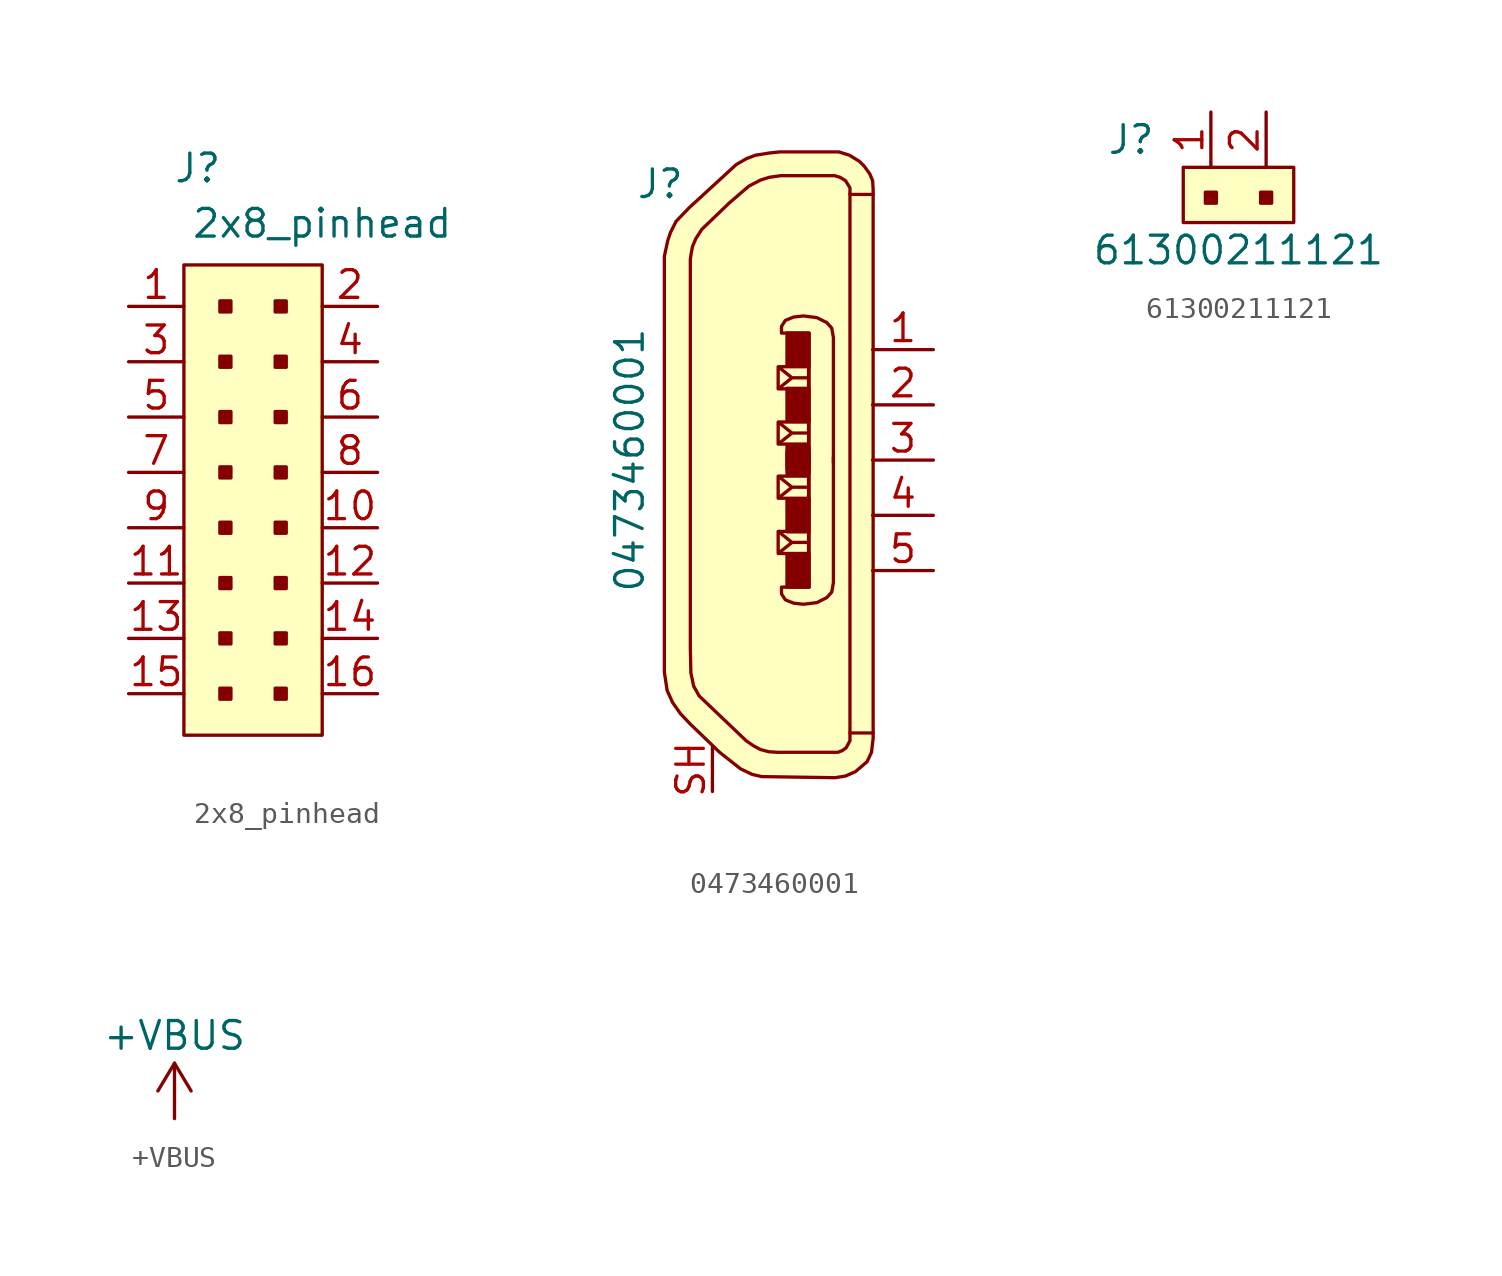
<source format=kicad_sym>
(kicad_symbol_lib
  (version 20211014)
  (generator kicad_symbol_editor)
  (symbol "2x8_pinhead"
    (pin_names
      (offset 1.016))
    (property "Reference" "J"
      (at 3.175 2.54 0)
      (effects (font (size 1.27 1.27))))
    (property "Value" "2x8_pinhead"
      (at 8.89 0 0)
      (effects (font (size 1.27 1.27))))
    (symbol "2x8_pinhead_0_1"
      (rectangle (start 2.54 -1.905) (end 8.89 -23.495) (stroke (width 0) (type default) (color 0 0 0 0)) (fill (type background))))
    (symbol "2x8_pinhead_1_1"
      (rectangle (start 4.191 -21.336) (end 4.699 -21.844) (stroke (width 0) (type default) (color 0 0 0 0)) (fill (type outline)))
      (rectangle (start 4.191 -18.796) (end 4.699 -19.304) (stroke (width 0) (type default) (color 0 0 0 0)) (fill (type outline)))
      (rectangle (start 4.191 -16.256) (end 4.699 -16.764) (stroke (width 0) (type default) (color 0 0 0 0)) (fill (type outline)))
      (rectangle (start 4.191 -13.716) (end 4.699 -14.224) (stroke (width 0) (type default) (color 0 0 0 0)) (fill (type outline)))
      (rectangle (start 4.191 -11.176) (end 4.699 -11.684) (stroke (width 0) (type default) (color 0 0 0 0)) (fill (type outline)))
      (rectangle (start 4.191 -8.636) (end 4.699 -9.144) (stroke (width 0) (type default) (color 0 0 0 0)) (fill (type outline)))
      (rectangle (start 4.191 -6.096) (end 4.699 -6.604) (stroke (width 0) (type default) (color 0 0 0 0)) (fill (type outline)))
      (rectangle (start 4.191 -3.556) (end 4.699 -4.064) (stroke (width 0) (type default) (color 0 0 0 0)) (fill (type outline)))
      (rectangle (start 6.731 -21.336) (end 7.239 -21.844) (stroke (width 0) (type default) (color 0 0 0 0)) (fill (type outline)))
      (rectangle (start 6.731 -18.796) (end 7.239 -19.304) (stroke (width 0) (type default) (color 0 0 0 0)) (fill (type outline)))
      (rectangle (start 6.731 -16.256) (end 7.239 -16.764) (stroke (width 0) (type default) (color 0 0 0 0)) (fill (type outline)))
      (rectangle (start 6.731 -13.716) (end 7.239 -14.224) (stroke (width 0) (type default) (color 0 0 0 0)) (fill (type outline)))
      (rectangle (start 6.731 -11.176) (end 7.239 -11.684) (stroke (width 0) (type default) (color 0 0 0 0)) (fill (type outline)))
      (rectangle (start 6.731 -8.636) (end 7.239 -9.144) (stroke (width 0) (type default) (color 0 0 0 0)) (fill (type outline)))
      (rectangle (start 6.731 -6.096) (end 7.239 -6.604) (stroke (width 0) (type default) (color 0 0 0 0)) (fill (type outline)))
      (rectangle (start 6.731 -3.556) (end 7.239 -4.064) (stroke (width 0) (type default) (color 0 0 0 0)) (fill (type outline)))
      (pin input line (at 0 -3.81 0) (length 2.54) (name "~" (effects (font (size 1.27 1.27)))) (number "1" (effects (font (size 1.27 1.27)))))
      (pin input line (at 11.43 -13.97 180) (length 2.54) (name "~" (effects (font (size 1.27 1.27)))) (number "10" (effects (font (size 1.27 1.27)))))
      (pin input line (at 0 -16.51 0) (length 2.54) (name "~" (effects (font (size 1.27 1.27)))) (number "11" (effects (font (size 1.27 1.27)))))
      (pin input line (at 11.43 -16.51 180) (length 2.54) (name "~" (effects (font (size 1.27 1.27)))) (number "12" (effects (font (size 1.27 1.27)))))
      (pin input line (at 0 -19.05 0) (length 2.54) (name "~" (effects (font (size 1.27 1.27)))) (number "13" (effects (font (size 1.27 1.27)))))
      (pin input line (at 11.43 -19.05 180) (length 2.54) (name "~" (effects (font (size 1.27 1.27)))) (number "14" (effects (font (size 1.27 1.27)))))
      (pin input line (at 0 -21.59 0) (length 2.54) (name "~" (effects (font (size 1.27 1.27)))) (number "15" (effects (font (size 1.27 1.27)))))
      (pin input line (at 11.43 -21.59 180) (length 2.54) (name "~" (effects (font (size 1.27 1.27)))) (number "16" (effects (font (size 1.27 1.27)))))
      (pin input line (at 11.43 -3.81 180) (length 2.54) (name "~" (effects (font (size 1.27 1.27)))) (number "2" (effects (font (size 1.27 1.27)))))
      (pin input line (at 0 -6.35 0) (length 2.54) (name "~" (effects (font (size 1.27 1.27)))) (number "3" (effects (font (size 1.27 1.27)))))
      (pin input line (at 11.43 -6.35 180) (length 2.54) (name "~" (effects (font (size 1.27 1.27)))) (number "4" (effects (font (size 1.27 1.27)))))
      (pin input line (at 0 -8.89 0) (length 2.54) (name "~" (effects (font (size 1.27 1.27)))) (number "5" (effects (font (size 1.27 1.27)))))
      (pin input line (at 11.43 -8.89 180) (length 2.54) (name "~" (effects (font (size 1.27 1.27)))) (number "6" (effects (font (size 1.27 1.27)))))
      (pin input line (at 0 -11.43 0) (length 2.54) (name "~" (effects (font (size 1.27 1.27)))) (number "7" (effects (font (size 1.27 1.27)))))
      (pin input line (at 11.43 -11.43 180) (length 2.54) (name "~" (effects (font (size 1.27 1.27)))) (number "8" (effects (font (size 1.27 1.27)))))
      (pin input line (at 0 -13.97 0) (length 2.54) (name "~" (effects (font (size 1.27 1.27)))) (number "9" (effects (font (size 1.27 1.27)))))))
  (symbol "0473460001"
    (pin_names
      (offset 1.016))
    (property "Reference" "J"
      (at -3.81 12.7 0)
      (effects (font (size 1.27 1.27)) (justify right)))
    (property "Value" "0473460001"
      (at -6.35 0 90)
      (effects (font (size 1.27 1.27))))
    (symbol "0473460001_1_1"
      (polyline (pts (xy 3.785 12.243) (xy 3.785 -12.548)) (stroke (width 0) (type default) (color 0 0 0 0)) (fill (type none)))
      (polyline (pts (xy 0.483 -4.293) (xy 0.483 -3.277) (xy 1.88 -3.277) (xy 1.88 -4.293) (xy 0.483 -4.293) (xy 1.118 -3.785) (xy 0.483 -3.277) (xy 1.88 -3.277) (xy 1.88 -3.785) (xy 1.118 -3.785)) (stroke (width 0) (type default) (color 0 0 0 0)) (fill (type none)))
      (polyline (pts (xy 0.483 -1.753) (xy 0.483 -0.737) (xy 1.88 -0.737) (xy 1.88 -1.753) (xy 0.483 -1.753) (xy 1.118 -1.245) (xy 0.483 -0.737) (xy 1.88 -0.737) (xy 1.88 -1.245) (xy 1.118 -1.245)) (stroke (width 0) (type default) (color 0 0 0 0)) (fill (type none)))
      (polyline (pts (xy 0.483 1.753) (xy 0.483 0.737) (xy 1.88 0.737) (xy 1.88 1.753) (xy 0.483 1.753) (xy 1.118 1.245) (xy 0.483 0.737) (xy 1.88 0.737) (xy 1.88 1.245) (xy 1.118 1.245)) (stroke (width 0) (type default) (color 0 0 0 0)) (fill (type none)))
      (polyline (pts (xy 0.483 4.293) (xy 0.483 3.277) (xy 1.88 3.277) (xy 1.88 4.293) (xy 0.483 4.293) (xy 1.118 3.785) (xy 0.483 3.277) (xy 1.88 3.277) (xy 1.88 3.785) (xy 1.118 3.785)) (stroke (width 0) (type default) (color 0 0 0 0)) (fill (type none)))
      (polyline (pts (xy 1.905 -0.025) (xy 1.905 5.842) (xy 0.635 5.842) (xy 0.635 6.147) (xy 0.813 6.426) (xy 1.194 6.579) (xy 1.651 6.629) (xy 2.261 6.553) (xy 2.718 6.325) (xy 2.946 6.071) (xy 3.023 5.639) (xy 3.023 4.801) (xy 3.023 -0.127)) (stroke (width 0) (type default) (color 0 0 0 0)) (fill (type none)))
      (polyline (pts (xy 1.905 0.025) (xy 1.905 -5.842) (xy 0.635 -5.842) (xy 0.635 -6.147) (xy 0.813 -6.426) (xy 1.194 -6.579) (xy 1.651 -6.629) (xy 2.261 -6.553) (xy 2.718 -6.325) (xy 2.946 -6.071) (xy 3.023 -5.639) (xy 3.023 -4.801) (xy 3.023 0.127)) (stroke (width 0) (type default) (color 0 0 0 0)) (fill (type none)))
      (polyline (pts (xy 4.851 -12.548) (xy 3.835 -12.548) (xy 3.785 -12.548) (xy 3.785 -12.903) (xy 3.607 -13.233) (xy 3.429 -13.36) (xy 3.226 -13.437) (xy 0.457 -13.437) (xy 0.051 -13.411) (xy -0.33 -13.31) (xy -0.66 -13.132) (xy -0.991 -12.903) (xy -3.15 -10.846) (xy -3.404 -10.389) (xy -3.531 -9.779) (xy -3.556 -8.636) (xy -3.556 9.22) (xy -3.531 9.423) (xy -3.454 9.83) (xy -3.302 10.185) (xy -3.023 10.617) (xy -1.753 11.836) (xy -0.864 12.598) (xy -0.33 12.878) (xy 0.076 13.005) (xy 0.61 13.081) (xy 3.073 13.081) (xy 3.327 13.005) (xy 3.581 12.852) (xy 3.785 12.522) (xy 3.785 12.217) (xy 4.851 12.217)) (stroke (width 0) (type default) (color 0 0 0 0)) (fill (type none)))
      (polyline (pts (xy 4.851 -11.481) (xy 4.851 -12.802) (xy 4.775 -13.437) (xy 4.572 -13.868) (xy 4.039 -14.326) (xy 3.581 -14.529) (xy 3.099 -14.605) (xy -0.279 -14.554) (xy -0.711 -14.453) (xy -1.245 -14.199) (xy -2.21 -13.437) (xy -3.556 -12.141) (xy -4.013 -11.659) (xy -4.369 -11.151) (xy -4.623 -10.592) (xy -4.75 -9.754) (xy -4.75 9.373) (xy -4.597 10.084) (xy -4.47 10.465) (xy -4.216 10.973) (xy -3.607 11.608) (xy -1.448 13.589) (xy -0.965 13.868) (xy -0.559 14.021) (xy 0.076 14.122) (xy 0.559 14.173) (xy 3.277 14.173) (xy 3.759 14.021) (xy 4.216 13.741) (xy 4.445 13.513) (xy 4.699 13.157) (xy 4.826 12.852) (xy 4.851 12.446) (xy 4.851 -11.506)) (stroke (width 0) (type default) (color 0 0 0 0)) (fill (type background)))
      (rectangle (start 0.889 -4.318) (end 1.905 -5.842) (stroke (width 0) (type default) (color 0 0 0 0)) (fill (type outline)))
      (rectangle (start 0.889 -3.302) (end 1.905 -1.778) (stroke (width 0) (type default) (color 0 0 0 0)) (fill (type outline)))
      (rectangle (start 0.889 -0.635) (end 1.905 0.381) (stroke (width 0) (type default) (color 0 0 0 0)) (fill (type outline)))
      (rectangle (start 0.889 0.635) (end 1.905 -0.381) (stroke (width 0) (type default) (color 0 0 0 0)) (fill (type outline)))
      (rectangle (start 0.889 3.302) (end 1.905 1.778) (stroke (width 0) (type default) (color 0 0 0 0)) (fill (type outline)))
      (rectangle (start 0.889 4.318) (end 1.905 5.842) (stroke (width 0) (type default) (color 0 0 0 0)) (fill (type outline)))
      (pin passive line (at 7.62 5.08 180) (length 2.794) (name "~" (effects (font (size 1.27 1.27)))) (number "1" (effects (font (size 1.27 1.27)))))
      (pin passive line (at 7.62 2.54 180) (length 2.794) (name "~" (effects (font (size 1.27 1.27)))) (number "2" (effects (font (size 1.27 1.27)))))
      (pin passive line (at 7.62 0 180) (length 2.794) (name "~" (effects (font (size 1.27 1.27)))) (number "3" (effects (font (size 1.27 1.27)))))
      (pin passive line (at 7.62 -2.54 180) (length 2.794) (name "~" (effects (font (size 1.27 1.27)))) (number "4" (effects (font (size 1.27 1.27)))))
      (pin passive line (at 7.62 -5.08 180) (length 2.794) (name "~" (effects (font (size 1.27 1.27)))) (number "5" (effects (font (size 1.27 1.27)))))
      (pin passive line (at -2.54 -15.24 90) (length 2.032) (name "~" (effects (font (size 1.27 1.27)))) (number "SH" (effects (font (size 1.27 1.27)))))))
  (symbol "61300211121"
    (pin_names
      (offset 1.016))
    (property "Reference" "J"
      (at -2.54 1.27 0)
      (effects (font (size 1.27 1.27)) (justify right)))
    (property "Value" "61300211121"
      (at 1.27 -3.81 0)
      (effects (font (size 1.27 1.27))))
    (symbol "61300211121_1_1"
      (rectangle (start -1.27 0) (end 3.81 -2.54) (stroke (width 0) (type default) (color 0 0 0 0)) (fill (type background)))
      (rectangle (start -0.254 -1.143) (end 0.254 -1.651) (stroke (width 0) (type default) (color 0 0 0 0)) (fill (type outline)))
      (rectangle (start 2.286 -1.143) (end 2.794 -1.651) (stroke (width 0) (type default) (color 0 0 0 0)) (fill (type outline)))
      (pin passive line (at 0 2.54 270) (length 2.54) (name "~" (effects (font (size 1.27 1.27)))) (number "1" (effects (font (size 1.27 1.27)))))
      (pin passive line (at 2.54 2.54 270) (length 2.54) (name "~" (effects (font (size 1.27 1.27)))) (number "2" (effects (font (size 1.27 1.27)))))))
  (symbol "+VBUS"
    (power)
    (pin_names
      (offset 1.016))
    (property "Reference" "#PWR"
      (at 0 0 0)
      (effects (font (size 1.27 1.27)) hide))
    (property "Value" "+VBUS"
      (at 0 2.54 0)
      (effects (font (size 1.27 1.27))))
    (symbol "+VBUS_1_1"
      (polyline (pts (xy -0.762 0) (xy 0 1.27)) (stroke (width 0) (type default) (color 0 0 0 0)) (fill (type none)))
      (polyline (pts (xy 0 -1.27) (xy 0 1.27)) (stroke (width 0) (type default) (color 0 0 0 0)) (fill (type none)))
      (polyline (pts (xy 0 1.27) (xy 0.762 0)) (stroke (width 0) (type default) (color 0 0 0 0)) (fill (type none)))
      (pin power_in line (at 0 -1.27 90) (length 0) hide (name "+VBUS" (effects (font (size 1.27 1.27)))) (number "1" (effects (font (size 1.27 1.27))))))))
</source>
